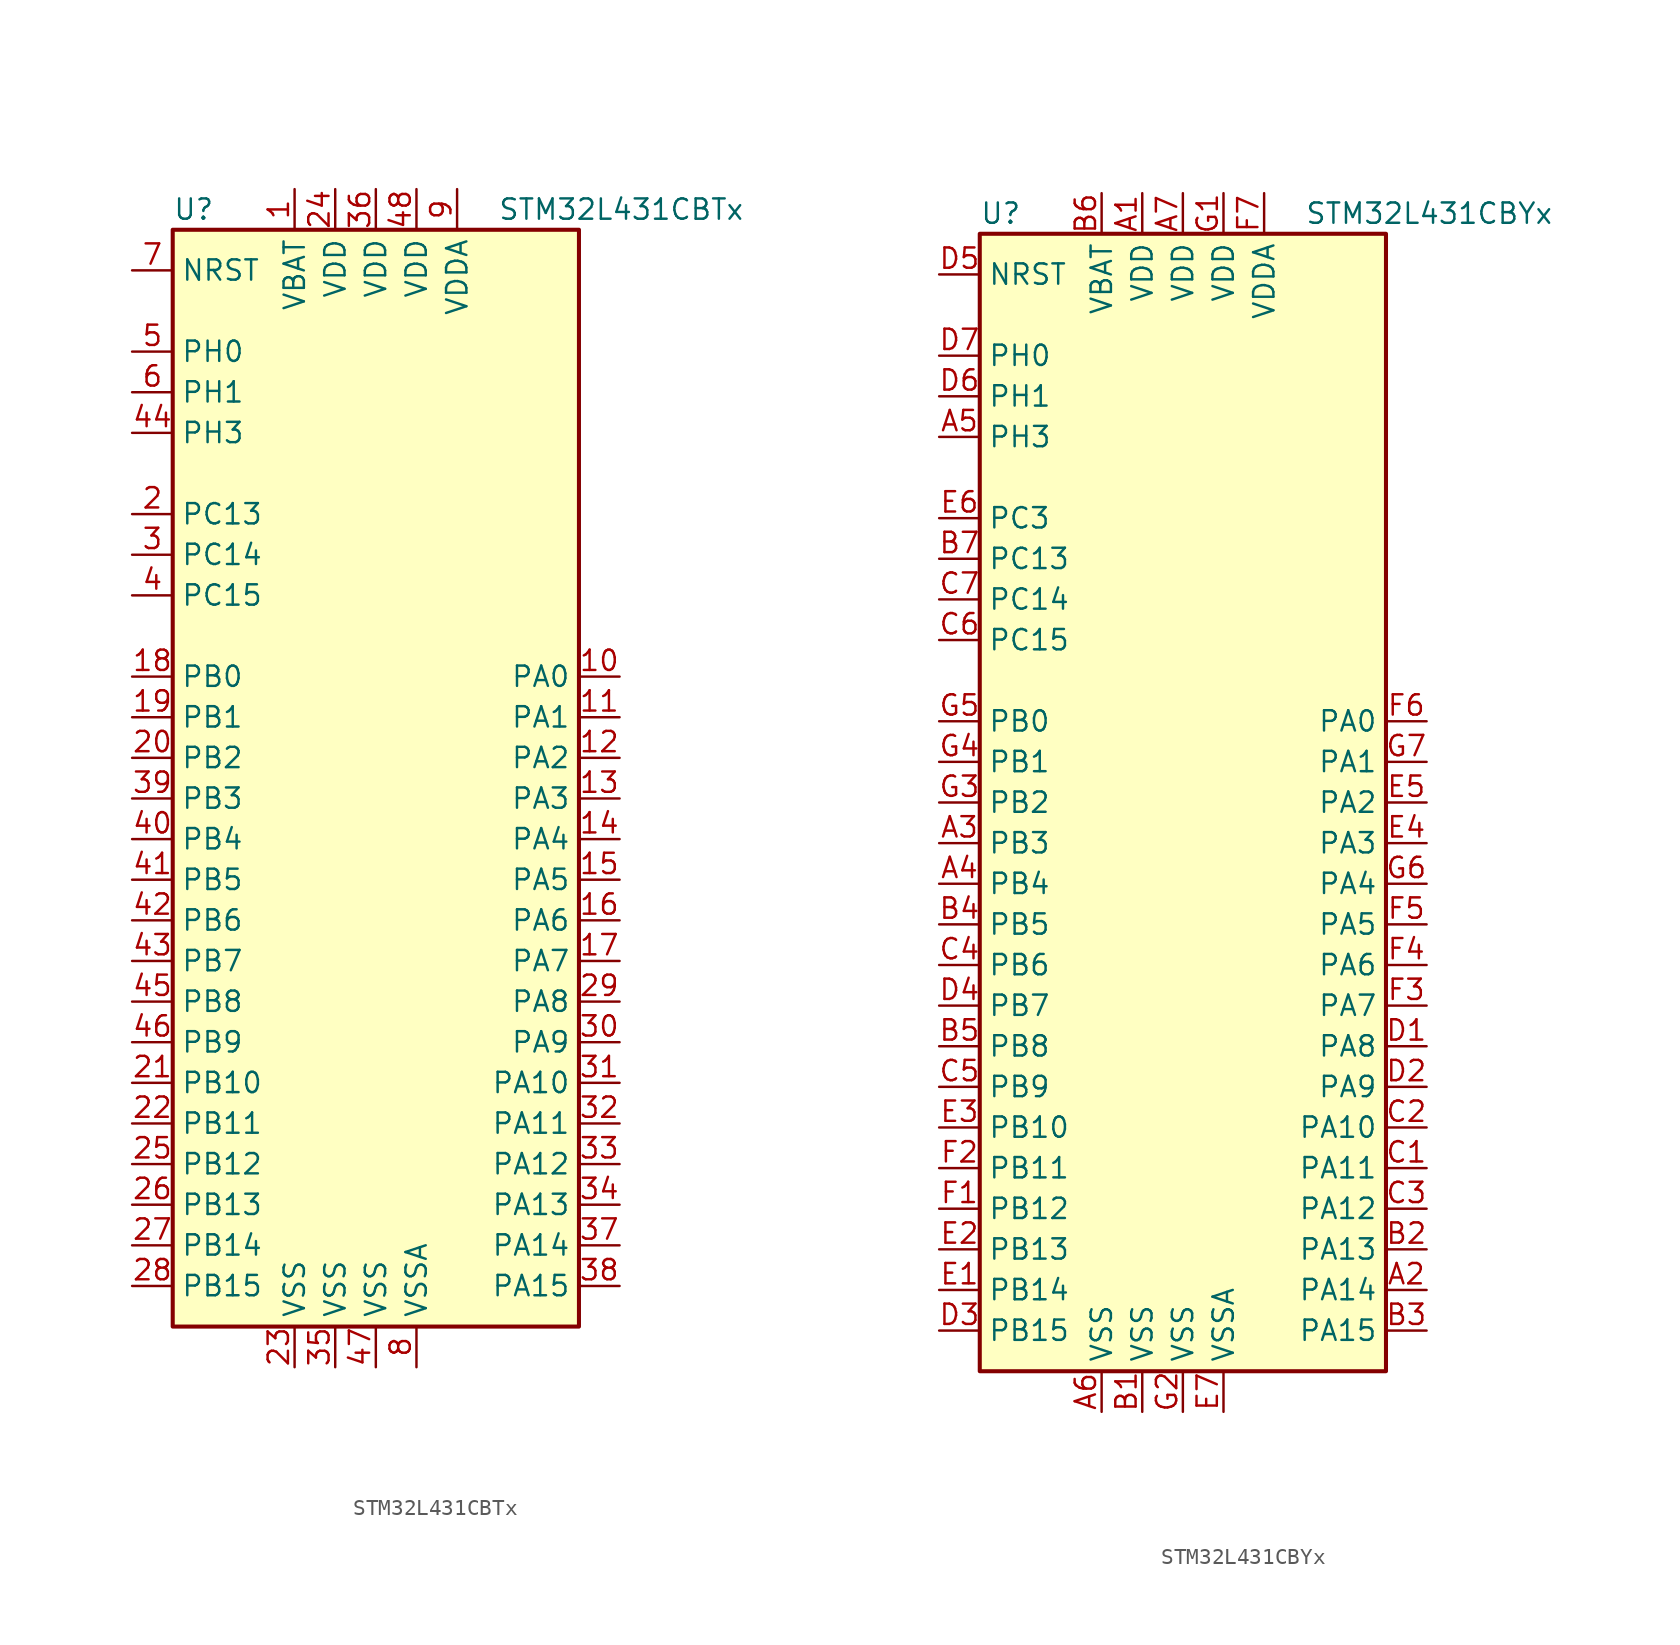
<source format=kicad_sym>
(kicad_symbol_lib
  (version 20201005)
  (generator kicad_symbol_editor)
  (symbol "STM32L431CBTx"
    (property "Reference" "U"
      (at -12.7 34.29 0)
      (effects (font (size 1.27 1.27)) (justify left)))
    (property "Value" "STM32L431CBTx"
      (at 7.62 34.29 0)
      (effects (font (size 1.27 1.27)) (justify left)))
    (symbol "STM32L431CBTx_0_1"
      (rectangle (start -12.7 -35.56) (end 12.7 33.02) (stroke (width 0.254)) (fill (type background))))
    (symbol "STM32L431CBTx_1_1"
      (pin power_in line (at -5.08 35.56 270) (length 2.54) (name "VBAT" (effects (font (size 1.27 1.27)))) (number "1" (effects (font (size 1.27 1.27)))))
      (pin bidirectional line (at 15.24 5.08 180) (length 2.54) (name "PA0" (effects (font (size 1.27 1.27)))) (number "10" (effects (font (size 1.27 1.27)))))
      (pin bidirectional line (at 15.24 2.54 180) (length 2.54) (name "PA1" (effects (font (size 1.27 1.27)))) (number "11" (effects (font (size 1.27 1.27)))))
      (pin bidirectional line (at 15.24 0 180) (length 2.54) (name "PA2" (effects (font (size 1.27 1.27)))) (number "12" (effects (font (size 1.27 1.27)))))
      (pin bidirectional line (at 15.24 -2.54 180) (length 2.54) (name "PA3" (effects (font (size 1.27 1.27)))) (number "13" (effects (font (size 1.27 1.27)))))
      (pin bidirectional line (at 15.24 -5.08 180) (length 2.54) (name "PA4" (effects (font (size 1.27 1.27)))) (number "14" (effects (font (size 1.27 1.27)))))
      (pin bidirectional line (at 15.24 -7.62 180) (length 2.54) (name "PA5" (effects (font (size 1.27 1.27)))) (number "15" (effects (font (size 1.27 1.27)))))
      (pin bidirectional line (at 15.24 -10.16 180) (length 2.54) (name "PA6" (effects (font (size 1.27 1.27)))) (number "16" (effects (font (size 1.27 1.27)))))
      (pin bidirectional line (at 15.24 -12.7 180) (length 2.54) (name "PA7" (effects (font (size 1.27 1.27)))) (number "17" (effects (font (size 1.27 1.27)))))
      (pin bidirectional line (at -15.24 5.08 0) (length 2.54) (name "PB0" (effects (font (size 1.27 1.27)))) (number "18" (effects (font (size 1.27 1.27)))))
      (pin bidirectional line (at -15.24 2.54 0) (length 2.54) (name "PB1" (effects (font (size 1.27 1.27)))) (number "19" (effects (font (size 1.27 1.27)))))
      (pin bidirectional line (at -15.24 15.24 0) (length 2.54) (name "PC13" (effects (font (size 1.27 1.27)))) (number "2" (effects (font (size 1.27 1.27)))))
      (pin bidirectional line (at -15.24 0 0) (length 2.54) (name "PB2" (effects (font (size 1.27 1.27)))) (number "20" (effects (font (size 1.27 1.27)))))
      (pin bidirectional line (at -15.24 -20.32 0) (length 2.54) (name "PB10" (effects (font (size 1.27 1.27)))) (number "21" (effects (font (size 1.27 1.27)))))
      (pin bidirectional line (at -15.24 -22.86 0) (length 2.54) (name "PB11" (effects (font (size 1.27 1.27)))) (number "22" (effects (font (size 1.27 1.27)))))
      (pin power_in line (at -5.08 -38.1 90) (length 2.54) (name "VSS" (effects (font (size 1.27 1.27)))) (number "23" (effects (font (size 1.27 1.27)))))
      (pin power_in line (at -2.54 35.56 270) (length 2.54) (name "VDD" (effects (font (size 1.27 1.27)))) (number "24" (effects (font (size 1.27 1.27)))))
      (pin bidirectional line (at -15.24 -25.4 0) (length 2.54) (name "PB12" (effects (font (size 1.27 1.27)))) (number "25" (effects (font (size 1.27 1.27)))))
      (pin bidirectional line (at -15.24 -27.94 0) (length 2.54) (name "PB13" (effects (font (size 1.27 1.27)))) (number "26" (effects (font (size 1.27 1.27)))))
      (pin bidirectional line (at -15.24 -30.48 0) (length 2.54) (name "PB14" (effects (font (size 1.27 1.27)))) (number "27" (effects (font (size 1.27 1.27)))))
      (pin bidirectional line (at -15.24 -33.02 0) (length 2.54) (name "PB15" (effects (font (size 1.27 1.27)))) (number "28" (effects (font (size 1.27 1.27)))))
      (pin bidirectional line (at 15.24 -15.24 180) (length 2.54) (name "PA8" (effects (font (size 1.27 1.27)))) (number "29" (effects (font (size 1.27 1.27)))))
      (pin bidirectional line (at -15.24 12.7 0) (length 2.54) (name "PC14" (effects (font (size 1.27 1.27)))) (number "3" (effects (font (size 1.27 1.27)))))
      (pin bidirectional line (at 15.24 -17.78 180) (length 2.54) (name "PA9" (effects (font (size 1.27 1.27)))) (number "30" (effects (font (size 1.27 1.27)))))
      (pin bidirectional line (at 15.24 -20.32 180) (length 2.54) (name "PA10" (effects (font (size 1.27 1.27)))) (number "31" (effects (font (size 1.27 1.27)))))
      (pin bidirectional line (at 15.24 -22.86 180) (length 2.54) (name "PA11" (effects (font (size 1.27 1.27)))) (number "32" (effects (font (size 1.27 1.27)))))
      (pin bidirectional line (at 15.24 -25.4 180) (length 2.54) (name "PA12" (effects (font (size 1.27 1.27)))) (number "33" (effects (font (size 1.27 1.27)))))
      (pin bidirectional line (at 15.24 -27.94 180) (length 2.54) (name "PA13" (effects (font (size 1.27 1.27)))) (number "34" (effects (font (size 1.27 1.27)))))
      (pin power_in line (at -2.54 -38.1 90) (length 2.54) (name "VSS" (effects (font (size 1.27 1.27)))) (number "35" (effects (font (size 1.27 1.27)))))
      (pin power_in line (at 0 35.56 270) (length 2.54) (name "VDD" (effects (font (size 1.27 1.27)))) (number "36" (effects (font (size 1.27 1.27)))))
      (pin bidirectional line (at 15.24 -30.48 180) (length 2.54) (name "PA14" (effects (font (size 1.27 1.27)))) (number "37" (effects (font (size 1.27 1.27)))))
      (pin bidirectional line (at 15.24 -33.02 180) (length 2.54) (name "PA15" (effects (font (size 1.27 1.27)))) (number "38" (effects (font (size 1.27 1.27)))))
      (pin bidirectional line (at -15.24 -2.54 0) (length 2.54) (name "PB3" (effects (font (size 1.27 1.27)))) (number "39" (effects (font (size 1.27 1.27)))))
      (pin bidirectional line (at -15.24 10.16 0) (length 2.54) (name "PC15" (effects (font (size 1.27 1.27)))) (number "4" (effects (font (size 1.27 1.27)))))
      (pin bidirectional line (at -15.24 -5.08 0) (length 2.54) (name "PB4" (effects (font (size 1.27 1.27)))) (number "40" (effects (font (size 1.27 1.27)))))
      (pin bidirectional line (at -15.24 -7.62 0) (length 2.54) (name "PB5" (effects (font (size 1.27 1.27)))) (number "41" (effects (font (size 1.27 1.27)))))
      (pin bidirectional line (at -15.24 -10.16 0) (length 2.54) (name "PB6" (effects (font (size 1.27 1.27)))) (number "42" (effects (font (size 1.27 1.27)))))
      (pin bidirectional line (at -15.24 -12.7 0) (length 2.54) (name "PB7" (effects (font (size 1.27 1.27)))) (number "43" (effects (font (size 1.27 1.27)))))
      (pin bidirectional line (at -15.24 20.32 0) (length 2.54) (name "PH3" (effects (font (size 1.27 1.27)))) (number "44" (effects (font (size 1.27 1.27)))))
      (pin bidirectional line (at -15.24 -15.24 0) (length 2.54) (name "PB8" (effects (font (size 1.27 1.27)))) (number "45" (effects (font (size 1.27 1.27)))))
      (pin bidirectional line (at -15.24 -17.78 0) (length 2.54) (name "PB9" (effects (font (size 1.27 1.27)))) (number "46" (effects (font (size 1.27 1.27)))))
      (pin power_in line (at 0 -38.1 90) (length 2.54) (name "VSS" (effects (font (size 1.27 1.27)))) (number "47" (effects (font (size 1.27 1.27)))))
      (pin power_in line (at 2.54 35.56 270) (length 2.54) (name "VDD" (effects (font (size 1.27 1.27)))) (number "48" (effects (font (size 1.27 1.27)))))
      (pin input line (at -15.24 25.4 0) (length 2.54) (name "PH0" (effects (font (size 1.27 1.27)))) (number "5" (effects (font (size 1.27 1.27)))))
      (pin input line (at -15.24 22.86 0) (length 2.54) (name "PH1" (effects (font (size 1.27 1.27)))) (number "6" (effects (font (size 1.27 1.27)))))
      (pin input line (at -15.24 30.48 0) (length 2.54) (name "NRST" (effects (font (size 1.27 1.27)))) (number "7" (effects (font (size 1.27 1.27)))))
      (pin power_in line (at 2.54 -38.1 90) (length 2.54) (name "VSSA" (effects (font (size 1.27 1.27)))) (number "8" (effects (font (size 1.27 1.27)))))
      (pin power_in line (at 5.08 35.56 270) (length 2.54) (name "VDDA" (effects (font (size 1.27 1.27)))) (number "9" (effects (font (size 1.27 1.27)))))))
  (symbol "STM32L431CBYx"
    (property "Reference" "U"
      (at -12.7 36.83 0)
      (effects (font (size 1.27 1.27)) (justify left)))
    (property "Value" "STM32L431CBYx"
      (at 7.62 36.83 0)
      (effects (font (size 1.27 1.27)) (justify left)))
    (symbol "STM32L431CBYx_0_1"
      (rectangle (start -12.7 -35.56) (end 12.7 35.56) (stroke (width 0.254)) (fill (type background))))
    (symbol "STM32L431CBYx_1_1"
      (pin power_in line (at -2.54 38.1 270) (length 2.54) (name "VDD" (effects (font (size 1.27 1.27)))) (number "A1" (effects (font (size 1.27 1.27)))))
      (pin bidirectional line (at 15.24 -30.48 180) (length 2.54) (name "PA14" (effects (font (size 1.27 1.27)))) (number "A2" (effects (font (size 1.27 1.27)))))
      (pin bidirectional line (at -15.24 -2.54 0) (length 2.54) (name "PB3" (effects (font (size 1.27 1.27)))) (number "A3" (effects (font (size 1.27 1.27)))))
      (pin bidirectional line (at -15.24 -5.08 0) (length 2.54) (name "PB4" (effects (font (size 1.27 1.27)))) (number "A4" (effects (font (size 1.27 1.27)))))
      (pin bidirectional line (at -15.24 22.86 0) (length 2.54) (name "PH3" (effects (font (size 1.27 1.27)))) (number "A5" (effects (font (size 1.27 1.27)))))
      (pin power_in line (at -5.08 -38.1 90) (length 2.54) (name "VSS" (effects (font (size 1.27 1.27)))) (number "A6" (effects (font (size 1.27 1.27)))))
      (pin power_in line (at 0 38.1 270) (length 2.54) (name "VDD" (effects (font (size 1.27 1.27)))) (number "A7" (effects (font (size 1.27 1.27)))))
      (pin power_in line (at -2.54 -38.1 90) (length 2.54) (name "VSS" (effects (font (size 1.27 1.27)))) (number "B1" (effects (font (size 1.27 1.27)))))
      (pin bidirectional line (at 15.24 -27.94 180) (length 2.54) (name "PA13" (effects (font (size 1.27 1.27)))) (number "B2" (effects (font (size 1.27 1.27)))))
      (pin bidirectional line (at 15.24 -33.02 180) (length 2.54) (name "PA15" (effects (font (size 1.27 1.27)))) (number "B3" (effects (font (size 1.27 1.27)))))
      (pin bidirectional line (at -15.24 -7.62 0) (length 2.54) (name "PB5" (effects (font (size 1.27 1.27)))) (number "B4" (effects (font (size 1.27 1.27)))))
      (pin bidirectional line (at -15.24 -15.24 0) (length 2.54) (name "PB8" (effects (font (size 1.27 1.27)))) (number "B5" (effects (font (size 1.27 1.27)))))
      (pin power_in line (at -5.08 38.1 270) (length 2.54) (name "VBAT" (effects (font (size 1.27 1.27)))) (number "B6" (effects (font (size 1.27 1.27)))))
      (pin bidirectional line (at -15.24 15.24 0) (length 2.54) (name "PC13" (effects (font (size 1.27 1.27)))) (number "B7" (effects (font (size 1.27 1.27)))))
      (pin bidirectional line (at 15.24 -22.86 180) (length 2.54) (name "PA11" (effects (font (size 1.27 1.27)))) (number "C1" (effects (font (size 1.27 1.27)))))
      (pin bidirectional line (at 15.24 -20.32 180) (length 2.54) (name "PA10" (effects (font (size 1.27 1.27)))) (number "C2" (effects (font (size 1.27 1.27)))))
      (pin bidirectional line (at 15.24 -25.4 180) (length 2.54) (name "PA12" (effects (font (size 1.27 1.27)))) (number "C3" (effects (font (size 1.27 1.27)))))
      (pin bidirectional line (at -15.24 -10.16 0) (length 2.54) (name "PB6" (effects (font (size 1.27 1.27)))) (number "C4" (effects (font (size 1.27 1.27)))))
      (pin bidirectional line (at -15.24 -17.78 0) (length 2.54) (name "PB9" (effects (font (size 1.27 1.27)))) (number "C5" (effects (font (size 1.27 1.27)))))
      (pin bidirectional line (at -15.24 10.16 0) (length 2.54) (name "PC15" (effects (font (size 1.27 1.27)))) (number "C6" (effects (font (size 1.27 1.27)))))
      (pin bidirectional line (at -15.24 12.7 0) (length 2.54) (name "PC14" (effects (font (size 1.27 1.27)))) (number "C7" (effects (font (size 1.27 1.27)))))
      (pin bidirectional line (at 15.24 -15.24 180) (length 2.54) (name "PA8" (effects (font (size 1.27 1.27)))) (number "D1" (effects (font (size 1.27 1.27)))))
      (pin bidirectional line (at 15.24 -17.78 180) (length 2.54) (name "PA9" (effects (font (size 1.27 1.27)))) (number "D2" (effects (font (size 1.27 1.27)))))
      (pin bidirectional line (at -15.24 -33.02 0) (length 2.54) (name "PB15" (effects (font (size 1.27 1.27)))) (number "D3" (effects (font (size 1.27 1.27)))))
      (pin bidirectional line (at -15.24 -12.7 0) (length 2.54) (name "PB7" (effects (font (size 1.27 1.27)))) (number "D4" (effects (font (size 1.27 1.27)))))
      (pin input line (at -15.24 33.02 0) (length 2.54) (name "NRST" (effects (font (size 1.27 1.27)))) (number "D5" (effects (font (size 1.27 1.27)))))
      (pin input line (at -15.24 25.4 0) (length 2.54) (name "PH1" (effects (font (size 1.27 1.27)))) (number "D6" (effects (font (size 1.27 1.27)))))
      (pin input line (at -15.24 27.94 0) (length 2.54) (name "PH0" (effects (font (size 1.27 1.27)))) (number "D7" (effects (font (size 1.27 1.27)))))
      (pin bidirectional line (at -15.24 -30.48 0) (length 2.54) (name "PB14" (effects (font (size 1.27 1.27)))) (number "E1" (effects (font (size 1.27 1.27)))))
      (pin bidirectional line (at -15.24 -27.94 0) (length 2.54) (name "PB13" (effects (font (size 1.27 1.27)))) (number "E2" (effects (font (size 1.27 1.27)))))
      (pin bidirectional line (at -15.24 -20.32 0) (length 2.54) (name "PB10" (effects (font (size 1.27 1.27)))) (number "E3" (effects (font (size 1.27 1.27)))))
      (pin bidirectional line (at 15.24 -2.54 180) (length 2.54) (name "PA3" (effects (font (size 1.27 1.27)))) (number "E4" (effects (font (size 1.27 1.27)))))
      (pin bidirectional line (at 15.24 0 180) (length 2.54) (name "PA2" (effects (font (size 1.27 1.27)))) (number "E5" (effects (font (size 1.27 1.27)))))
      (pin bidirectional line (at -15.24 17.78 0) (length 2.54) (name "PC3" (effects (font (size 1.27 1.27)))) (number "E6" (effects (font (size 1.27 1.27)))))
      (pin power_in line (at 2.54 -38.1 90) (length 2.54) (name "VSSA" (effects (font (size 1.27 1.27)))) (number "E7" (effects (font (size 1.27 1.27)))))
      (pin bidirectional line (at -15.24 -25.4 0) (length 2.54) (name "PB12" (effects (font (size 1.27 1.27)))) (number "F1" (effects (font (size 1.27 1.27)))))
      (pin bidirectional line (at -15.24 -22.86 0) (length 2.54) (name "PB11" (effects (font (size 1.27 1.27)))) (number "F2" (effects (font (size 1.27 1.27)))))
      (pin bidirectional line (at 15.24 -12.7 180) (length 2.54) (name "PA7" (effects (font (size 1.27 1.27)))) (number "F3" (effects (font (size 1.27 1.27)))))
      (pin bidirectional line (at 15.24 -10.16 180) (length 2.54) (name "PA6" (effects (font (size 1.27 1.27)))) (number "F4" (effects (font (size 1.27 1.27)))))
      (pin bidirectional line (at 15.24 -7.62 180) (length 2.54) (name "PA5" (effects (font (size 1.27 1.27)))) (number "F5" (effects (font (size 1.27 1.27)))))
      (pin bidirectional line (at 15.24 5.08 180) (length 2.54) (name "PA0" (effects (font (size 1.27 1.27)))) (number "F6" (effects (font (size 1.27 1.27)))))
      (pin power_in line (at 5.08 38.1 270) (length 2.54) (name "VDDA" (effects (font (size 1.27 1.27)))) (number "F7" (effects (font (size 1.27 1.27)))))
      (pin power_in line (at 2.54 38.1 270) (length 2.54) (name "VDD" (effects (font (size 1.27 1.27)))) (number "G1" (effects (font (size 1.27 1.27)))))
      (pin power_in line (at 0 -38.1 90) (length 2.54) (name "VSS" (effects (font (size 1.27 1.27)))) (number "G2" (effects (font (size 1.27 1.27)))))
      (pin bidirectional line (at -15.24 0 0) (length 2.54) (name "PB2" (effects (font (size 1.27 1.27)))) (number "G3" (effects (font (size 1.27 1.27)))))
      (pin bidirectional line (at -15.24 2.54 0) (length 2.54) (name "PB1" (effects (font (size 1.27 1.27)))) (number "G4" (effects (font (size 1.27 1.27)))))
      (pin bidirectional line (at -15.24 5.08 0) (length 2.54) (name "PB0" (effects (font (size 1.27 1.27)))) (number "G5" (effects (font (size 1.27 1.27)))))
      (pin bidirectional line (at 15.24 -5.08 180) (length 2.54) (name "PA4" (effects (font (size 1.27 1.27)))) (number "G6" (effects (font (size 1.27 1.27)))))
      (pin bidirectional line (at 15.24 2.54 180) (length 2.54) (name "PA1" (effects (font (size 1.27 1.27)))) (number "G7" (effects (font (size 1.27 1.27))))))))
</source>
